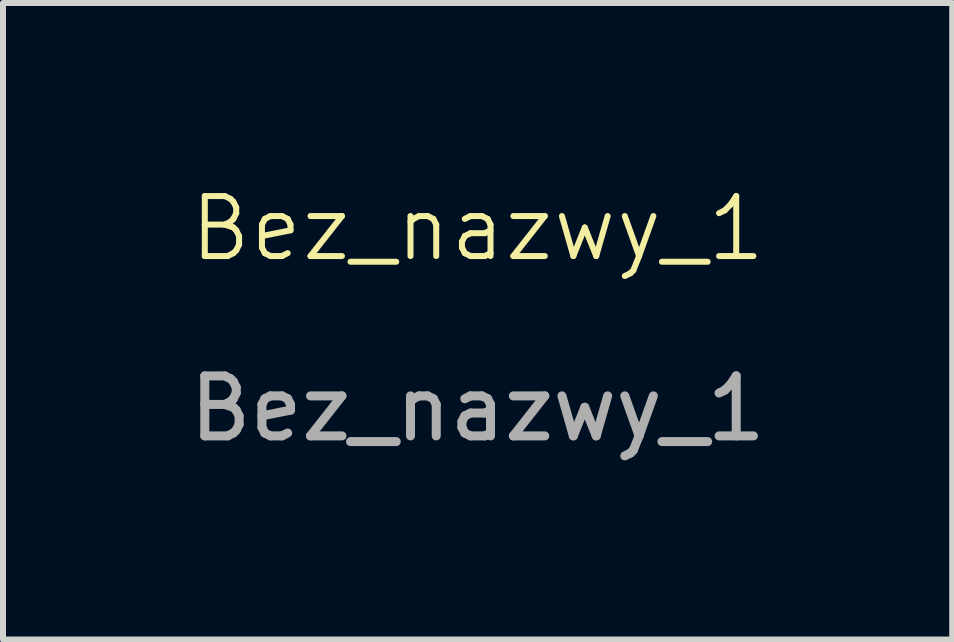
<source format=kicad_pcb>
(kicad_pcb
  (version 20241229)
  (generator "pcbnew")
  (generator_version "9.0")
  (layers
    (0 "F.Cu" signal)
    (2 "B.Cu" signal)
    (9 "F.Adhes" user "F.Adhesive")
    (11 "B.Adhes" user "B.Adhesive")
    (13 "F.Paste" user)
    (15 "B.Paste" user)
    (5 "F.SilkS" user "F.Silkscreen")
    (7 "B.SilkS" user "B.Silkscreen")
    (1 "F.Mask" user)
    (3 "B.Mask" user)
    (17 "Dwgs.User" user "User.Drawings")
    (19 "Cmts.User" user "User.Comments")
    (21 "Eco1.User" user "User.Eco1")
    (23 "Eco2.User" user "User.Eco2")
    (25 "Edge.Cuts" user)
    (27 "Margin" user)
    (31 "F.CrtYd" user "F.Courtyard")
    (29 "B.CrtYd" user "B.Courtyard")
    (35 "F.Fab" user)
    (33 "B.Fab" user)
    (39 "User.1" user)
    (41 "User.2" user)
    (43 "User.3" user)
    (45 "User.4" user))
  (footprint "Bez_nazwy_1"
    (layer "F.Cu")
    (at 4.911 1.26)
    (property "Reference" "Bez_nazwy_1" (at 0 -0.5 0) (unlocked yes) (layer "F.SilkS") (effects (font (size 1 1) (thickness 0.1))))
    (attr smd)
    (fp_text user "${REFERENCE}" (at 0 2.5 0) (unlocked yes) (layer "F.Fab") (effects (font (size 1 1) (thickness 0.15)))))
  (gr_rect
    (start -3 -3)
    (end 12.821 7.609)
    (stroke (width 0.1) (type default))
    (fill no)
    (layer "Edge.Cuts")))
</source>
